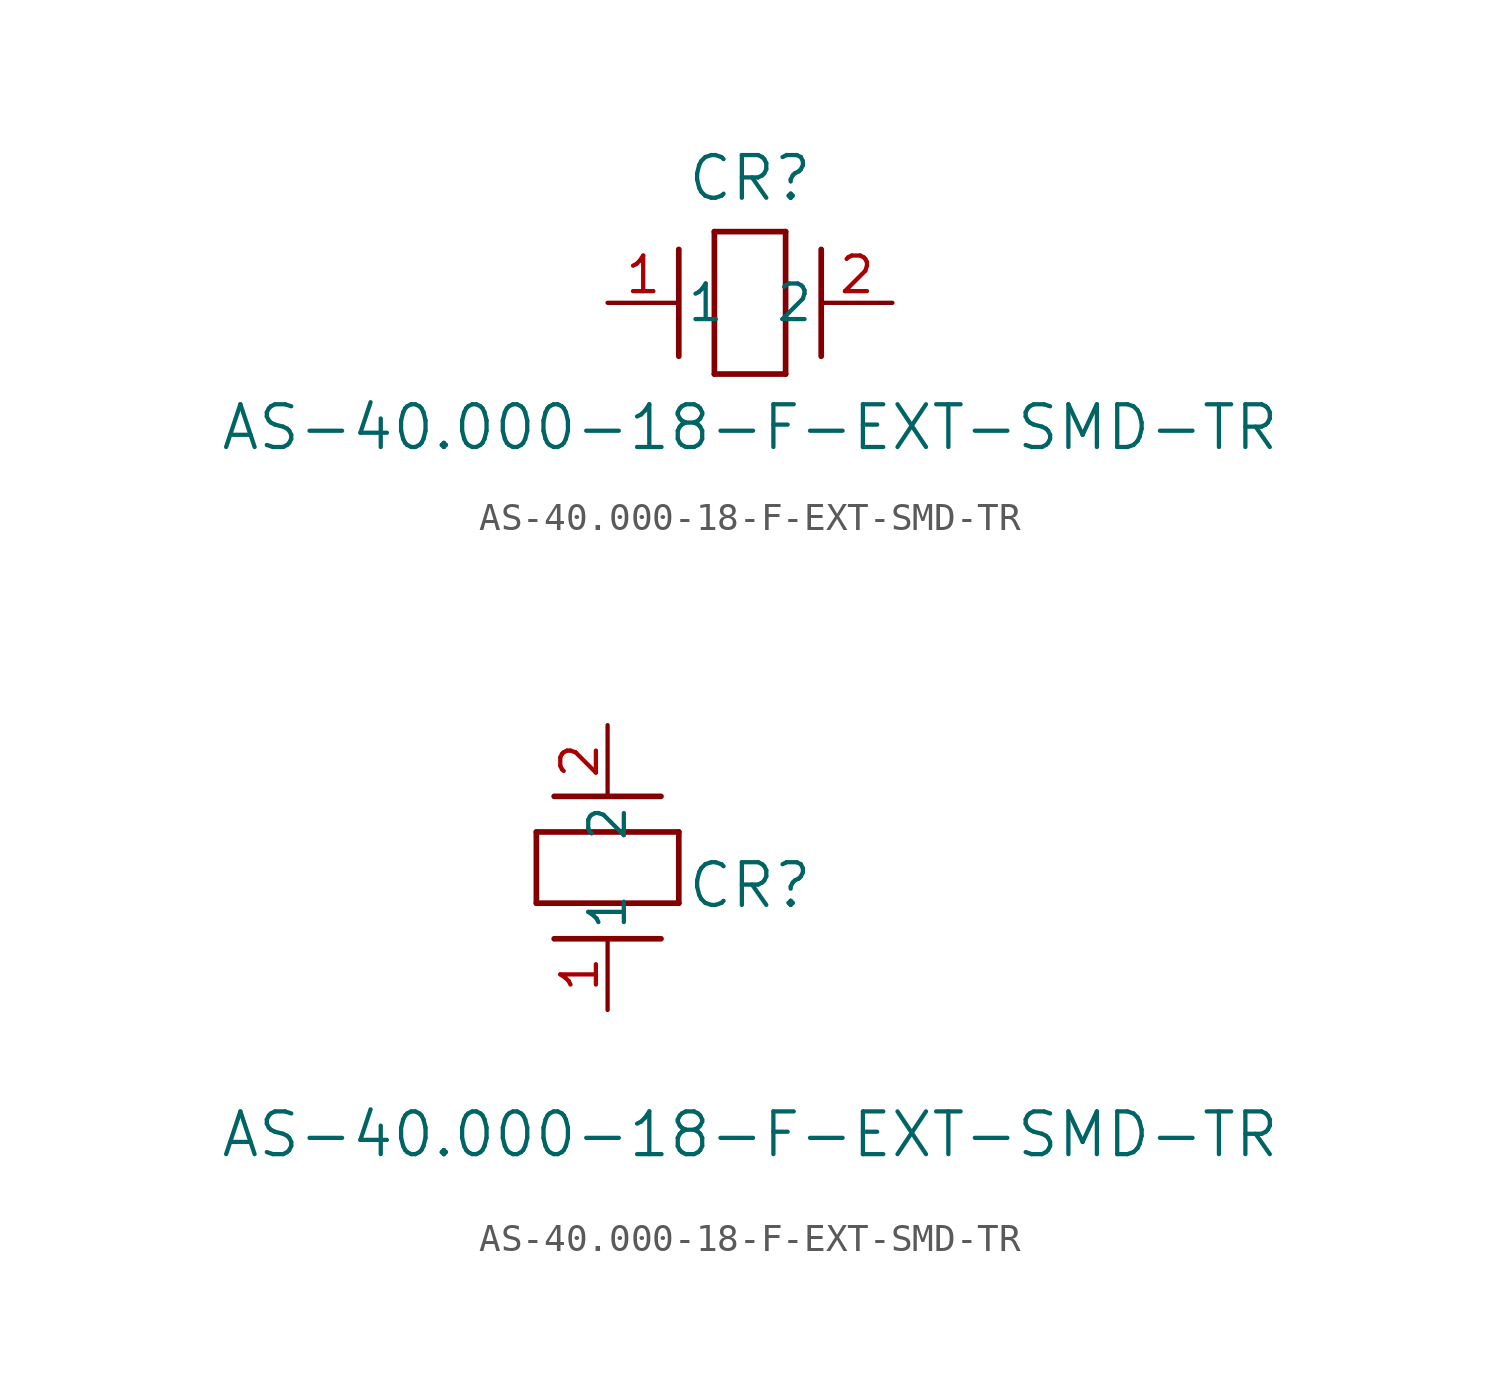
<source format=kicad_sym>
(kicad_symbol_lib
  (version 20211014)
  (generator kicad_symbol_editor)
  (symbol "AS-40.000-18-F-EXT-SMD-TR"
    (pin_names
      (offset 0.254))
    (property "Reference" "CR"
      (at 5.08 4.445 0)
      (effects (font (size 1.524 1.524))))
    (property "Value" "AS-40.000-18-F-EXT-SMD-TR"
      (at 5.08 -4.445 0)
      (effects (font (size 1.524 1.524))))
    (symbol "AS-40.000-18-F-EXT-SMD-TR_1_1"
      (polyline (pts (xy 2.54 -1.905) (xy 2.54 1.905)) (stroke (width 0.203) (type default) (color 0 0 0 0)) (fill (type none)))
      (polyline (pts (xy 6.35 2.54) (xy 6.35 -2.54)) (stroke (width 0.203) (type default) (color 0 0 0 0)) (fill (type none)))
      (polyline (pts (xy 7.62 -1.905) (xy 7.62 1.905)) (stroke (width 0.203) (type default) (color 0 0 0 0)) (fill (type none)))
      (polyline (pts (xy 6.35 -2.54) (xy 3.81 -2.54)) (stroke (width 0.203) (type default) (color 0 0 0 0)) (fill (type none)))
      (polyline (pts (xy 3.81 2.54) (xy 6.35 2.54)) (stroke (width 0.203) (type default) (color 0 0 0 0)) (fill (type none)))
      (polyline (pts (xy 3.81 -2.54) (xy 3.81 2.54)) (stroke (width 0.203) (type default) (color 0 0 0 0)) (fill (type none)))
      (pin unspecified line (at 10.16 0 180) (length 2.54) (name "2" (effects (font (size 1.27 1.27)))) (number "2" (effects (font (size 1.27 1.27)))))
      (pin unspecified line (at 0 0 0) (length 2.54) (name "1" (effects (font (size 1.27 1.27)))) (number "1" (effects (font (size 1.27 1.27))))))
    (symbol "AS-40.000-18-F-EXT-SMD-TR_1_2"
      (polyline (pts (xy 1.905 7.62) (xy -1.905 7.62)) (stroke (width 0.203) (type default) (color 0 0 0 0)) (fill (type none)))
      (polyline (pts (xy -2.54 3.81) (xy -2.54 6.35)) (stroke (width 0.203) (type default) (color 0 0 0 0)) (fill (type none)))
      (polyline (pts (xy 1.905 2.54) (xy -1.905 2.54)) (stroke (width 0.203) (type default) (color 0 0 0 0)) (fill (type none)))
      (polyline (pts (xy 2.54 6.35) (xy 2.54 3.81)) (stroke (width 0.203) (type default) (color 0 0 0 0)) (fill (type none)))
      (polyline (pts (xy -2.54 6.35) (xy 2.54 6.35)) (stroke (width 0.203) (type default) (color 0 0 0 0)) (fill (type none)))
      (polyline (pts (xy 2.54 3.81) (xy -2.54 3.81)) (stroke (width 0.203) (type default) (color 0 0 0 0)) (fill (type none)))
      (pin unspecified line (at 0 10.16 270) (length 2.54) (name "2" (effects (font (size 1.27 1.27)))) (number "2" (effects (font (size 1.27 1.27)))))
      (pin unspecified line (at 0 0 90) (length 2.54) (name "1" (effects (font (size 1.27 1.27)))) (number "1" (effects (font (size 1.27 1.27))))))))
</source>
